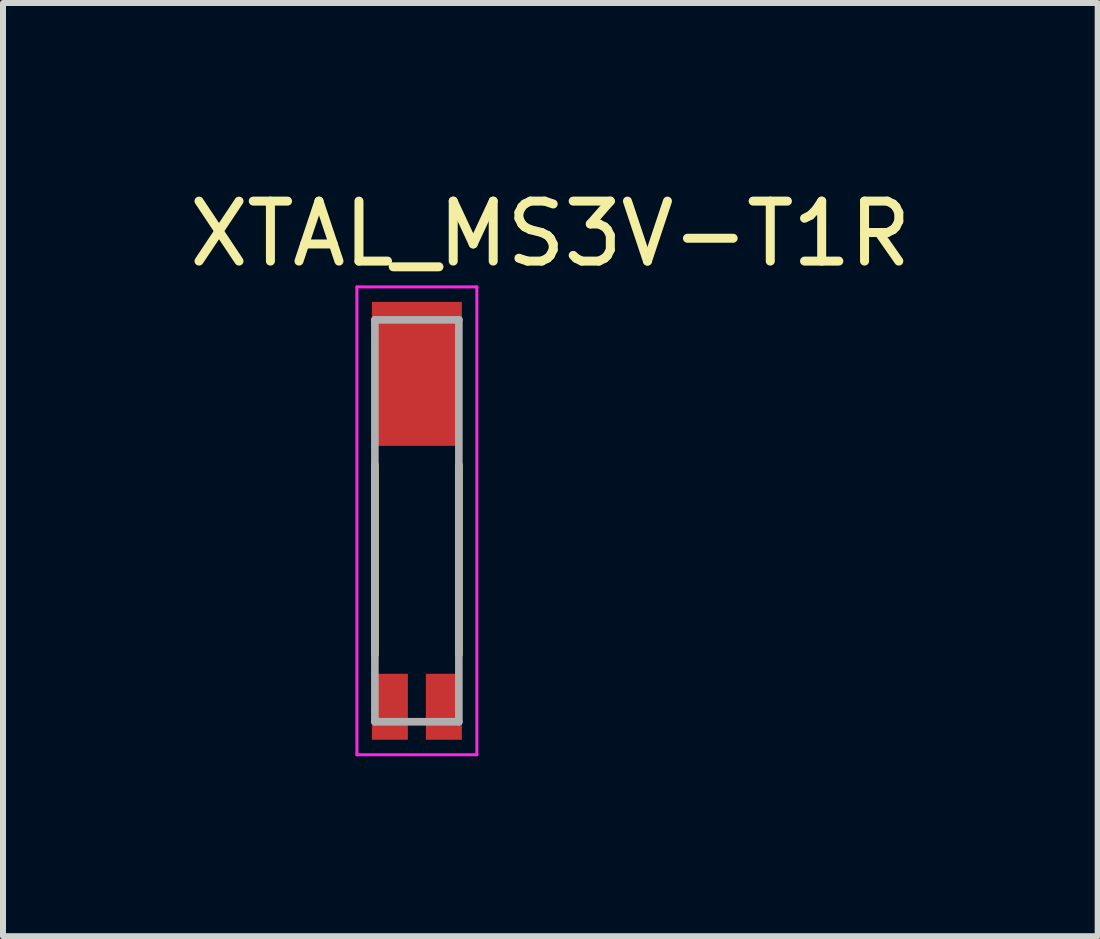
<source format=kicad_pcb>
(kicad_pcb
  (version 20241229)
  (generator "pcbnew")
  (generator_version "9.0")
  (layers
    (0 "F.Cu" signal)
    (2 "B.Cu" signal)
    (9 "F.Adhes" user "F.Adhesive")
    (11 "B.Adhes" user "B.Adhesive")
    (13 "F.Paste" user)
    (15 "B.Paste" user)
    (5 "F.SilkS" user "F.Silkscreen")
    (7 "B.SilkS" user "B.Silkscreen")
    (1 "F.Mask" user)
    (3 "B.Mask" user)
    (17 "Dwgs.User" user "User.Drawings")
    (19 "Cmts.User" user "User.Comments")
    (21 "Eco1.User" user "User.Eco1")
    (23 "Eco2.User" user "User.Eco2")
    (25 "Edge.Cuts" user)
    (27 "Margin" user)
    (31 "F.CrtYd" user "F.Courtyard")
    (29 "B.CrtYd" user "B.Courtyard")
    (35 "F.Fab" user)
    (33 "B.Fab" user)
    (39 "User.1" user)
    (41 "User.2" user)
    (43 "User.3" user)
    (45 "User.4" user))
  (footprint "XTAL_MS3V-T1R"
    (layer "F.Cu")
    (at 3.9 5.633)
    (property "Reference" "XTAL_MS3V-T1R" (at 2.225 -4.785 0) (layer "F.SilkS") (effects (font (size 1 1) (thickness 0.15))))
    (attr through_hole)
    (fp_line (start -0.7 -0.93) (end -0.7 2.23) (stroke (width 0.127) (type solid)) (layer "F.SilkS"))
    (fp_line (start 0.7 2.23) (end 0.7 -0.93) (stroke (width 0.127) (type solid)) (layer "F.SilkS"))
    (fp_line (start -1 -3.9) (end -1 3.9) (stroke (width 0.05) (type solid)) (layer "F.CrtYd"))
    (fp_line (start -1 3.9) (end 1 3.9) (stroke (width 0.05) (type solid)) (layer "F.CrtYd"))
    (fp_line (start 1 -3.9) (end -1 -3.9) (stroke (width 0.05) (type solid)) (layer "F.CrtYd"))
    (fp_line (start 1 3.9) (end 1 -3.9) (stroke (width 0.05) (type solid)) (layer "F.CrtYd"))
    (fp_line (start -0.7 -3.35) (end -0.7 3.35) (stroke (width 0.127) (type solid)) (layer "F.Fab"))
    (fp_line (start -0.7 3.35) (end 0.7 3.35) (stroke (width 0.127) (type solid)) (layer "F.Fab"))
    (fp_line (start 0.7 -3.35) (end -0.7 -3.35) (stroke (width 0.127) (type solid)) (layer "F.Fab"))
    (fp_line (start 0.7 3.35) (end 0.7 -3.35) (stroke (width 0.127) (type solid)) (layer "F.Fab"))
    (pad "1" smd rect (at -0.45 3.1) (size 0.6 1.1) (layers "F.Cu" "F.Mask" "F.Paste"))
    (pad "2" smd rect (at 0.45 3.1) (size 0.6 1.1) (layers "F.Cu" "F.Mask" "F.Paste"))
    (pad "S1" smd rect (at 0 -2.45) (size 1.5 2.4) (layers "F.Cu" "F.Mask" "F.Paste")))
  (gr_rect
    (start -3 -3)
    (end 15.25 12.558)
    (stroke (width 0.1) (type default))
    (fill no)
    (layer "Edge.Cuts")))
</source>
